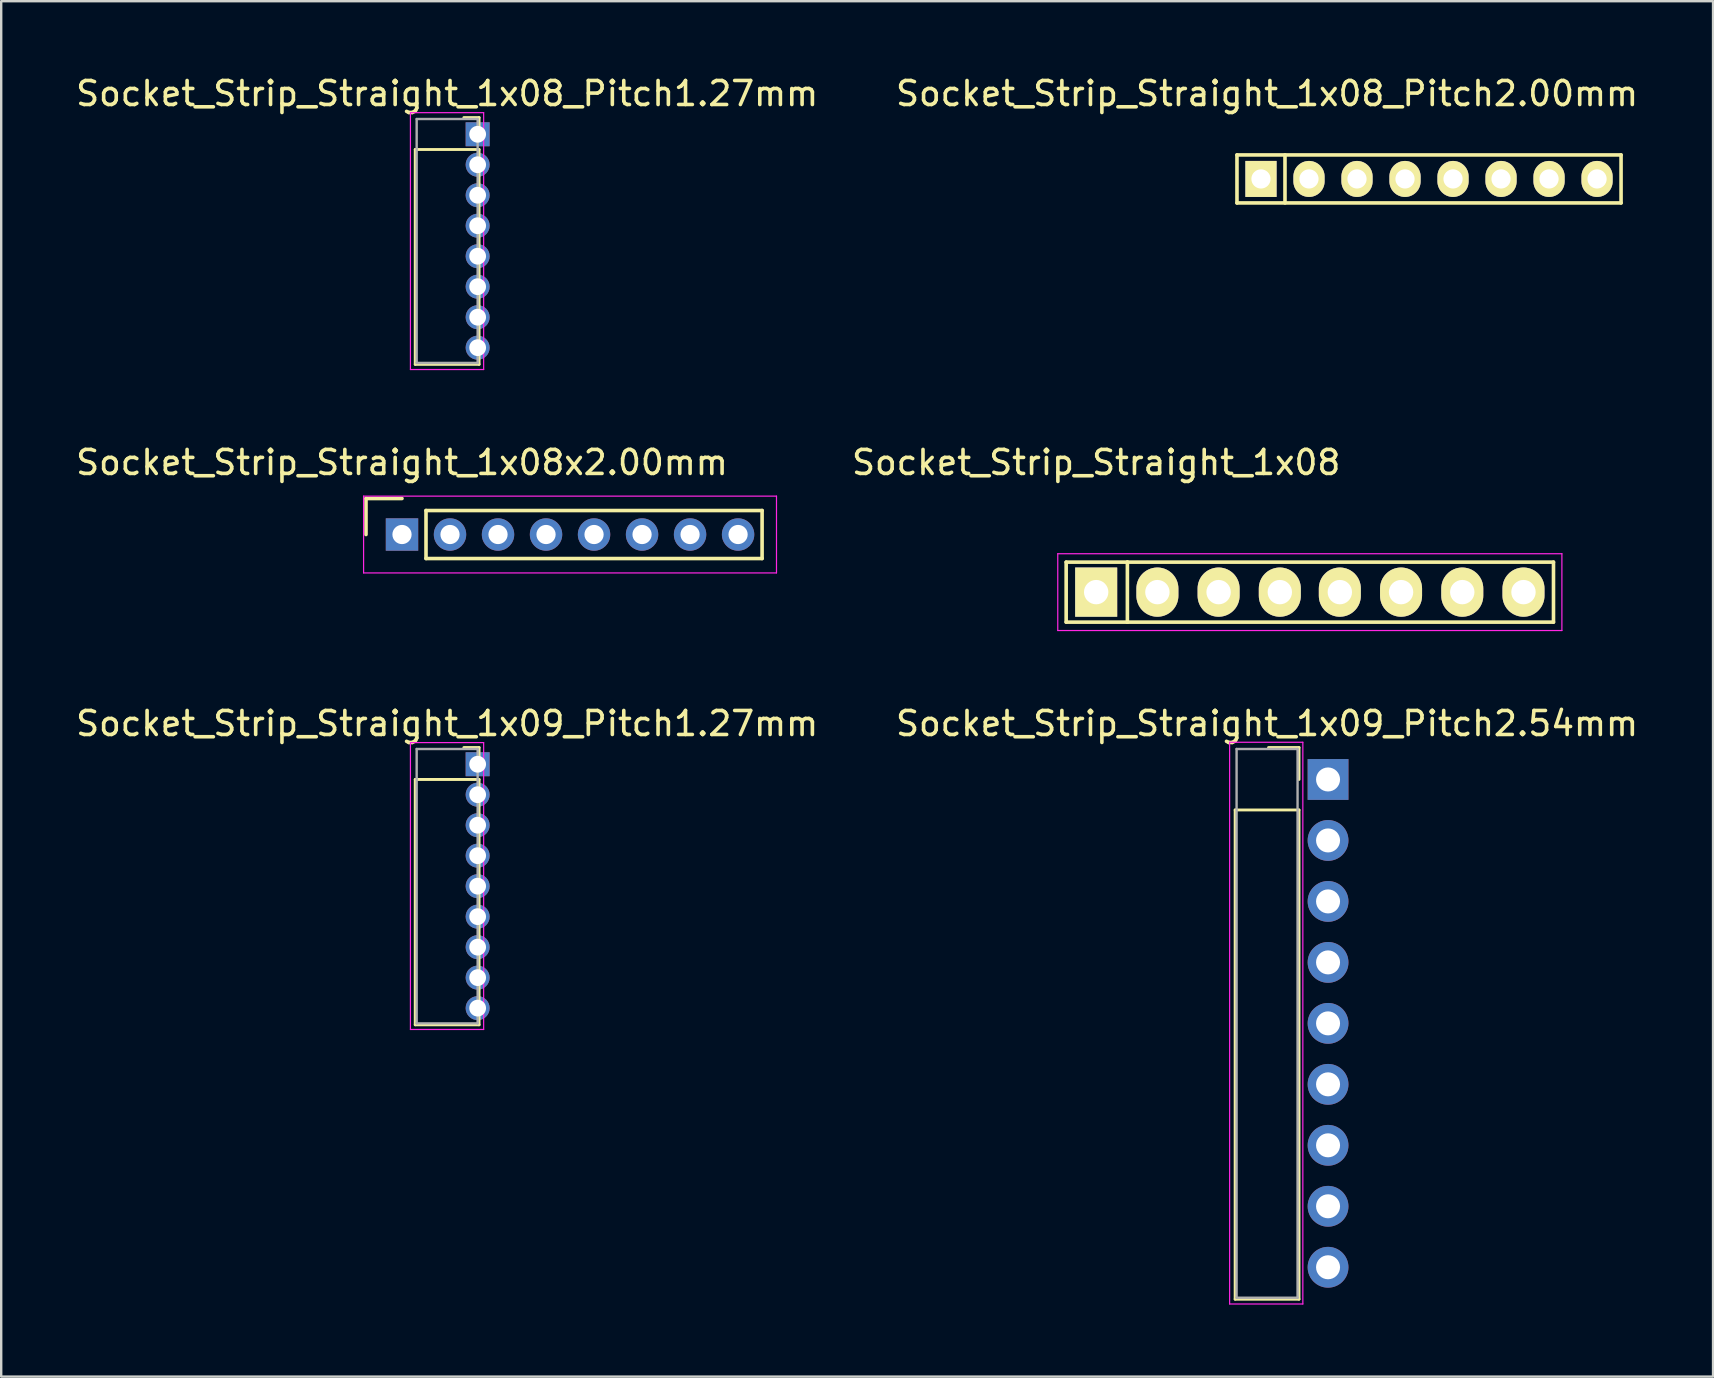
<source format=kicad_pcb>
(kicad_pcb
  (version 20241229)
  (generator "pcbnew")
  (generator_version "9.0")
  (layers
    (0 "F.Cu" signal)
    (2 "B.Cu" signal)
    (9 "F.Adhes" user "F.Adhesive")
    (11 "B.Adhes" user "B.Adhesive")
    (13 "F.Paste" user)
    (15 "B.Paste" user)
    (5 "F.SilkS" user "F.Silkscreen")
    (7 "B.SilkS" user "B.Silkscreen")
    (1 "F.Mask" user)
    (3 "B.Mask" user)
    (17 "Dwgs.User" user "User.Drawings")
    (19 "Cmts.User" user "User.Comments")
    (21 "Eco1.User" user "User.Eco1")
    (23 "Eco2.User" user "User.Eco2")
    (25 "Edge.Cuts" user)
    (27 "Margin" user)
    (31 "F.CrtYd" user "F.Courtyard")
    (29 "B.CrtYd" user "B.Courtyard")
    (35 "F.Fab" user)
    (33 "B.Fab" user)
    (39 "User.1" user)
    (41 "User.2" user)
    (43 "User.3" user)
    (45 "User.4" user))
  (footprint "Socket_Strip_Straight_1x08"
    (layer "F.Cu")
    (at 42.613 21.616)
    (property "Reference" "Socket_Strip_Straight_1x08" (at 0 -5.4 0) (layer "F.SilkS") (effects (font (size 1 1) (thickness 0.15))))
    (attr through_hole)
    (fp_line (start -1.25 -1.25) (end 1.3 -1.25) (stroke (width 0.15) (type solid)) (layer "F.SilkS"))
    (fp_line (start -1.25 1.25) (end -1.25 -1.25) (stroke (width 0.15) (type solid)) (layer "F.SilkS"))
    (fp_line (start -1.25 1.25) (end 1.3 1.25) (stroke (width 0.15) (type solid)) (layer "F.SilkS"))
    (fp_line (start 1.3 1.25) (end 1.3 -1.25) (stroke (width 0.15) (type solid)) (layer "F.SilkS"))
    (fp_line (start 1.3 1.25) (end 19.05 1.25) (stroke (width 0.15) (type solid)) (layer "F.SilkS"))
    (fp_line (start 19.05 -1.25) (end 1.3 -1.25) (stroke (width 0.15) (type solid)) (layer "F.SilkS"))
    (fp_line (start 19.05 1.25) (end 19.05 -1.25) (stroke (width 0.15) (type solid)) (layer "F.SilkS"))
    (fp_line (start -1.6 -1.6) (end -1.6 1.6) (stroke (width 0.05) (type solid)) (layer "F.CrtYd"))
    (fp_line (start -1.6 -1.6) (end 19.4 -1.6) (stroke (width 0.05) (type solid)) (layer "F.CrtYd"))
    (fp_line (start -1.6 1.6) (end 19.4 1.6) (stroke (width 0.05) (type solid)) (layer "F.CrtYd"))
    (fp_line (start 19.4 -1.6) (end 19.4 1.6) (stroke (width 0.05) (type solid)) (layer "F.CrtYd"))
    (pad "1" thru_hole rect (at 0 0) (size 1.75 2.05) (drill 1.016) (layers "*.Cu" "*.Mask" "F.SilkS"))
    (pad "2" thru_hole oval (at 2.55 0) (size 1.75 2.05) (drill 1.016) (layers "*.Cu" "*.Mask" "F.SilkS"))
    (pad "3" thru_hole oval (at 5.1 0) (size 1.75 2.05) (drill 1.016) (layers "*.Cu" "*.Mask" "F.SilkS"))
    (pad "4" thru_hole oval (at 7.65 0) (size 1.75 2.05) (drill 1.016) (layers "*.Cu" "*.Mask" "F.SilkS"))
    (pad "5" thru_hole oval (at 10.15 0) (size 1.75 2.05) (drill 1.016) (layers "*.Cu" "*.Mask" "F.SilkS"))
    (pad "6" thru_hole oval (at 12.7 0) (size 1.75 2.05) (drill 1.016) (layers "*.Cu" "*.Mask" "F.SilkS"))
    (pad "7" thru_hole oval (at 15.25 0) (size 1.75 2.05) (drill 1.016) (layers "*.Cu" "*.Mask" "F.SilkS"))
    (pad "8" thru_hole oval (at 17.8 0) (size 1.75 2.05) (drill 1.016) (layers "*.Cu" "*.Mask" "F.SilkS")))
  (footprint "Socket_Strip_Straight_1x09_Pitch2.54mm"
    (layer "F.Cu")
    (at 52.272 29.42)
    (property "Reference" "Socket_Strip_Straight_1x09_Pitch2.54mm" (at -2.54 -2.33 0) (layer "F.SilkS") (effects (font (size 1 1) (thickness 0.15))))
    (attr through_hole)
    (fp_line (start -3.87 1.27) (end -3.87 21.65) (stroke (width 0.12) (type solid)) (layer "F.SilkS"))
    (fp_line (start -3.87 21.65) (end -1.21 21.65) (stroke (width 0.12) (type solid)) (layer "F.SilkS"))
    (fp_line (start -1.21 -1.33) (end -2.48 -1.33) (stroke (width 0.12) (type solid)) (layer "F.SilkS"))
    (fp_line (start -1.21 0) (end -1.21 -1.33) (stroke (width 0.12) (type solid)) (layer "F.SilkS"))
    (fp_line (start -1.21 1.27) (end -3.87 1.27) (stroke (width 0.12) (type solid)) (layer "F.SilkS"))
    (fp_line (start -1.21 21.65) (end -1.21 1.27) (stroke (width 0.12) (type solid)) (layer "F.SilkS"))
    (fp_line (start -4.1 -1.55) (end -4.1 21.85) (stroke (width 0.05) (type solid)) (layer "F.CrtYd"))
    (fp_line (start -4.1 21.85) (end -1.05 21.85) (stroke (width 0.05) (type solid)) (layer "F.CrtYd"))
    (fp_line (start -1.05 -1.55) (end -4.1 -1.55) (stroke (width 0.05) (type solid)) (layer "F.CrtYd"))
    (fp_line (start -1.05 21.85) (end -1.05 -1.55) (stroke (width 0.05) (type solid)) (layer "F.CrtYd"))
    (fp_line (start -3.81 -1.27) (end -3.81 21.59) (stroke (width 0.1) (type solid)) (layer "F.Fab"))
    (fp_line (start -3.81 21.59) (end -1.27 21.59) (stroke (width 0.1) (type solid)) (layer "F.Fab"))
    (fp_line (start -1.27 -1.27) (end -3.81 -1.27) (stroke (width 0.1) (type solid)) (layer "F.Fab"))
    (fp_line (start -1.27 21.59) (end -1.27 -1.27) (stroke (width 0.1) (type solid)) (layer "F.Fab"))
    (pad "1" thru_hole rect (at 0 0) (size 1.7 1.7) (drill 1) (layers "*.Cu" "*.Mask"))
    (pad "2" thru_hole oval (at 0 2.54) (size 1.7 1.7) (drill 1) (layers "*.Cu" "*.Mask"))
    (pad "3" thru_hole oval (at 0 5.08) (size 1.7 1.7) (drill 1) (layers "*.Cu" "*.Mask"))
    (pad "4" thru_hole oval (at 0 7.62) (size 1.7 1.7) (drill 1) (layers "*.Cu" "*.Mask"))
    (pad "5" thru_hole oval (at 0 10.16) (size 1.7 1.7) (drill 1) (layers "*.Cu" "*.Mask"))
    (pad "6" thru_hole oval (at 0 12.7) (size 1.7 1.7) (drill 1) (layers "*.Cu" "*.Mask"))
    (pad "7" thru_hole oval (at 0 15.24) (size 1.7 1.7) (drill 1) (layers "*.Cu" "*.Mask"))
    (pad "8" thru_hole oval (at 0 17.78) (size 1.7 1.7) (drill 1) (layers "*.Cu" "*.Mask"))
    (pad "9" thru_hole oval (at 0 20.32) (size 1.7 1.7) (drill 1) (layers "*.Cu" "*.Mask")))
  (footprint "Socket_Strip_Straight_1x08x2.00mm"
    (layer "F.Cu")
    (at 13.696 19.216)
    (property "Reference" "Socket_Strip_Straight_1x08x2.00mm" (at 0 -3 0) (layer "F.SilkS") (effects (font (size 1 1) (thickness 0.15))))
    (attr through_hole)
    (fp_line (start -1.5 -1.5) (end -1.5 0) (stroke (width 0.15) (type solid)) (layer "F.SilkS"))
    (fp_line (start 0 -1.5) (end -1.5 -1.5) (stroke (width 0.15) (type solid)) (layer "F.SilkS"))
    (fp_line (start 1 -1) (end 1 1) (stroke (width 0.15) (type solid)) (layer "F.SilkS"))
    (fp_line (start 1 1) (end 15 1) (stroke (width 0.15) (type solid)) (layer "F.SilkS"))
    (fp_line (start 15 -1) (end 1 -1) (stroke (width 0.15) (type solid)) (layer "F.SilkS"))
    (fp_line (start 15 1) (end 15 -1) (stroke (width 0.15) (type solid)) (layer "F.SilkS"))
    (fp_line (start -1.6 -1.6) (end -1.6 1.6) (stroke (width 0.05) (type solid)) (layer "F.CrtYd"))
    (fp_line (start -1.6 1.6) (end 15.6 1.6) (stroke (width 0.05) (type solid)) (layer "F.CrtYd"))
    (fp_line (start 15.6 -1.6) (end -1.6 -1.6) (stroke (width 0.05) (type solid)) (layer "F.CrtYd"))
    (fp_line (start 15.6 1.6) (end 15.6 -1.6) (stroke (width 0.05) (type solid)) (layer "F.CrtYd"))
    (pad "1" thru_hole rect (at 0 0) (size 1.35 1.35) (drill 0.8) (layers "*.Cu" "*.Mask"))
    (pad "2" thru_hole circle (at 2 0) (size 1.35 1.35) (drill 0.8) (layers "*.Cu" "*.Mask"))
    (pad "3" thru_hole circle (at 4 0) (size 1.35 1.35) (drill 0.8) (layers "*.Cu" "*.Mask"))
    (pad "4" thru_hole circle (at 6 0) (size 1.35 1.35) (drill 0.8) (layers "*.Cu" "*.Mask"))
    (pad "5" thru_hole circle (at 8 0) (size 1.35 1.35) (drill 0.8) (layers "*.Cu" "*.Mask"))
    (pad "6" thru_hole circle (at 10 0) (size 1.35 1.35) (drill 0.8) (layers "*.Cu" "*.Mask"))
    (pad "7" thru_hole circle (at 12 0) (size 1.35 1.35) (drill 0.8) (layers "*.Cu" "*.Mask"))
    (pad "8" thru_hole circle (at 14 0) (size 1.35 1.35) (drill 0.8) (layers "*.Cu" "*.Mask")))
  (footprint "Socket_Strip_Straight_1x08_Pitch1.27mm"
    (layer "F.Cu")
    (at 16.847 2.543)
    (property "Reference" "Socket_Strip_Straight_1x08_Pitch1.27mm" (at -1.27 -1.695 0) (layer "F.SilkS") (effects (font (size 1 1) (thickness 0.15))))
    (attr through_hole)
    (fp_line (start -2.6 0.635) (end -2.6 9.585) (stroke (width 0.12) (type solid)) (layer "F.SilkS"))
    (fp_line (start -2.6 9.585) (end 0.06 9.585) (stroke (width 0.12) (type solid)) (layer "F.SilkS"))
    (fp_line (start 0.06 -0.695) (end -0.575 -0.695) (stroke (width 0.12) (type solid)) (layer "F.SilkS"))
    (fp_line (start 0.06 0) (end 0.06 -0.695) (stroke (width 0.12) (type solid)) (layer "F.SilkS"))
    (fp_line (start 0.06 0.635) (end -2.6 0.635) (stroke (width 0.12) (type solid)) (layer "F.SilkS"))
    (fp_line (start 0.06 9.585) (end 0.06 0.635) (stroke (width 0.12) (type solid)) (layer "F.SilkS"))
    (fp_line (start -2.8 -0.9) (end -2.8 9.8) (stroke (width 0.05) (type solid)) (layer "F.CrtYd"))
    (fp_line (start -2.8 9.8) (end 0.25 9.8) (stroke (width 0.05) (type solid)) (layer "F.CrtYd"))
    (fp_line (start 0.25 -0.9) (end -2.8 -0.9) (stroke (width 0.05) (type solid)) (layer "F.CrtYd"))
    (fp_line (start 0.25 9.8) (end 0.25 -0.9) (stroke (width 0.05) (type solid)) (layer "F.CrtYd"))
    (fp_line (start -2.54 -0.635) (end -2.54 9.525) (stroke (width 0.1) (type solid)) (layer "F.Fab"))
    (fp_line (start -2.54 9.525) (end 0 9.525) (stroke (width 0.1) (type solid)) (layer "F.Fab"))
    (fp_line (start 0 -0.635) (end -2.54 -0.635) (stroke (width 0.1) (type solid)) (layer "F.Fab"))
    (fp_line (start 0 9.525) (end 0 -0.635) (stroke (width 0.1) (type solid)) (layer "F.Fab"))
    (pad "1" thru_hole rect (at 0 0) (size 1 1) (drill 0.7) (layers "*.Cu" "*.Mask"))
    (pad "2" thru_hole oval (at 0 1.27) (size 1 1) (drill 0.7) (layers "*.Cu" "*.Mask"))
    (pad "3" thru_hole oval (at 0 2.54) (size 1 1) (drill 0.7) (layers "*.Cu" "*.Mask"))
    (pad "4" thru_hole oval (at 0 3.81) (size 1 1) (drill 0.7) (layers "*.Cu" "*.Mask"))
    (pad "5" thru_hole oval (at 0 5.08) (size 1 1) (drill 0.7) (layers "*.Cu" "*.Mask"))
    (pad "6" thru_hole oval (at 0 6.35) (size 1 1) (drill 0.7) (layers "*.Cu" "*.Mask"))
    (pad "7" thru_hole oval (at 0 7.62) (size 1 1) (drill 0.7) (layers "*.Cu" "*.Mask"))
    (pad "8" thru_hole oval (at 0 8.89) (size 1 1) (drill 0.7) (layers "*.Cu" "*.Mask")))
  (footprint "Socket_Strip_Straight_1x09_Pitch1.27mm"
    (layer "F.Cu")
    (at 16.847 28.785)
    (property "Reference" "Socket_Strip_Straight_1x09_Pitch1.27mm" (at -1.27 -1.695 0) (layer "F.SilkS") (effects (font (size 1 1) (thickness 0.15))))
    (attr through_hole)
    (fp_line (start -2.6 0.635) (end -2.6 10.855) (stroke (width 0.12) (type solid)) (layer "F.SilkS"))
    (fp_line (start -2.6 10.855) (end 0.06 10.855) (stroke (width 0.12) (type solid)) (layer "F.SilkS"))
    (fp_line (start 0.06 -0.695) (end -0.575 -0.695) (stroke (width 0.12) (type solid)) (layer "F.SilkS"))
    (fp_line (start 0.06 0) (end 0.06 -0.695) (stroke (width 0.12) (type solid)) (layer "F.SilkS"))
    (fp_line (start 0.06 0.635) (end -2.6 0.635) (stroke (width 0.12) (type solid)) (layer "F.SilkS"))
    (fp_line (start 0.06 10.855) (end 0.06 0.635) (stroke (width 0.12) (type solid)) (layer "F.SilkS"))
    (fp_line (start -2.8 -0.9) (end -2.8 11.05) (stroke (width 0.05) (type solid)) (layer "F.CrtYd"))
    (fp_line (start -2.8 11.05) (end 0.25 11.05) (stroke (width 0.05) (type solid)) (layer "F.CrtYd"))
    (fp_line (start 0.25 -0.9) (end -2.8 -0.9) (stroke (width 0.05) (type solid)) (layer "F.CrtYd"))
    (fp_line (start 0.25 11.05) (end 0.25 -0.9) (stroke (width 0.05) (type solid)) (layer "F.CrtYd"))
    (fp_line (start -2.54 -0.635) (end -2.54 10.795) (stroke (width 0.1) (type solid)) (layer "F.Fab"))
    (fp_line (start -2.54 10.795) (end 0 10.795) (stroke (width 0.1) (type solid)) (layer "F.Fab"))
    (fp_line (start 0 -0.635) (end -2.54 -0.635) (stroke (width 0.1) (type solid)) (layer "F.Fab"))
    (fp_line (start 0 10.795) (end 0 -0.635) (stroke (width 0.1) (type solid)) (layer "F.Fab"))
    (pad "1" thru_hole rect (at 0 0) (size 1 1) (drill 0.7) (layers "*.Cu" "*.Mask"))
    (pad "2" thru_hole oval (at 0 1.27) (size 1 1) (drill 0.7) (layers "*.Cu" "*.Mask"))
    (pad "3" thru_hole oval (at 0 2.54) (size 1 1) (drill 0.7) (layers "*.Cu" "*.Mask"))
    (pad "4" thru_hole oval (at 0 3.81) (size 1 1) (drill 0.7) (layers "*.Cu" "*.Mask"))
    (pad "5" thru_hole oval (at 0 5.08) (size 1 1) (drill 0.7) (layers "*.Cu" "*.Mask"))
    (pad "6" thru_hole oval (at 0 6.35) (size 1 1) (drill 0.7) (layers "*.Cu" "*.Mask"))
    (pad "7" thru_hole oval (at 0 7.62) (size 1 1) (drill 0.7) (layers "*.Cu" "*.Mask"))
    (pad "8" thru_hole oval (at 0 8.89) (size 1 1) (drill 0.7) (layers "*.Cu" "*.Mask"))
    (pad "9" thru_hole oval (at 0 10.16) (size 1 1) (drill 0.7) (layers "*.Cu" "*.Mask")))
  (footprint "Socket_Strip_Straight_1x08_Pitch2.00mm"
    (layer "F.Cu")
    (at 49.478 4.404)
    (property "Reference" "Socket_Strip_Straight_1x08_Pitch2.00mm" (at 0.254 -3.556 0) (layer "F.SilkS") (effects (font (size 1 1) (thickness 0.15))))
    (attr through_hole)
    (fp_line (start -1 -1) (end 15 -1) (stroke (width 0.15) (type solid)) (layer "F.SilkS"))
    (fp_line (start -1 1) (end -1 -1) (stroke (width 0.15) (type solid)) (layer "F.SilkS"))
    (fp_line (start 1 -1) (end 1 1) (stroke (width 0.15) (type solid)) (layer "F.SilkS"))
    (fp_line (start 15 -1) (end 15 1) (stroke (width 0.15) (type solid)) (layer "F.SilkS"))
    (fp_line (start 15 1) (end -1 1) (stroke (width 0.15) (type solid)) (layer "F.SilkS"))
    (pad "1" thru_hole rect (at 0 0) (size 1.3 1.5) (drill 0.8) (layers "*.Cu" "*.Mask" "F.SilkS"))
    (pad "2" thru_hole oval (at 2 0) (size 1.3 1.5) (drill 0.8) (layers "*.Cu" "*.Mask" "F.SilkS"))
    (pad "3" thru_hole oval (at 4 0) (size 1.3 1.5) (drill 0.8) (layers "*.Cu" "*.Mask" "F.SilkS"))
    (pad "4" thru_hole oval (at 6 0) (size 1.3 1.5) (drill 0.8) (layers "*.Cu" "*.Mask" "F.SilkS"))
    (pad "5" thru_hole oval (at 8 0) (size 1.3 1.5) (drill 0.8) (layers "*.Cu" "*.Mask" "F.SilkS"))
    (pad "6" thru_hole oval (at 10 0) (size 1.3 1.5) (drill 0.8) (layers "*.Cu" "*.Mask" "F.SilkS"))
    (pad "7" thru_hole oval (at 12 0) (size 1.3 1.5) (drill 0.8) (layers "*.Cu" "*.Mask" "F.SilkS"))
    (pad "8" thru_hole oval (at 14 0) (size 1.3 1.5) (drill 0.8) (layers "*.Cu" "*.Mask" "F.SilkS")))
  (gr_rect
    (start -3 -3)
    (end 68.31 54.295)
    (stroke (width 0.1) (type default))
    (fill no)
    (layer "Edge.Cuts")))
</source>
